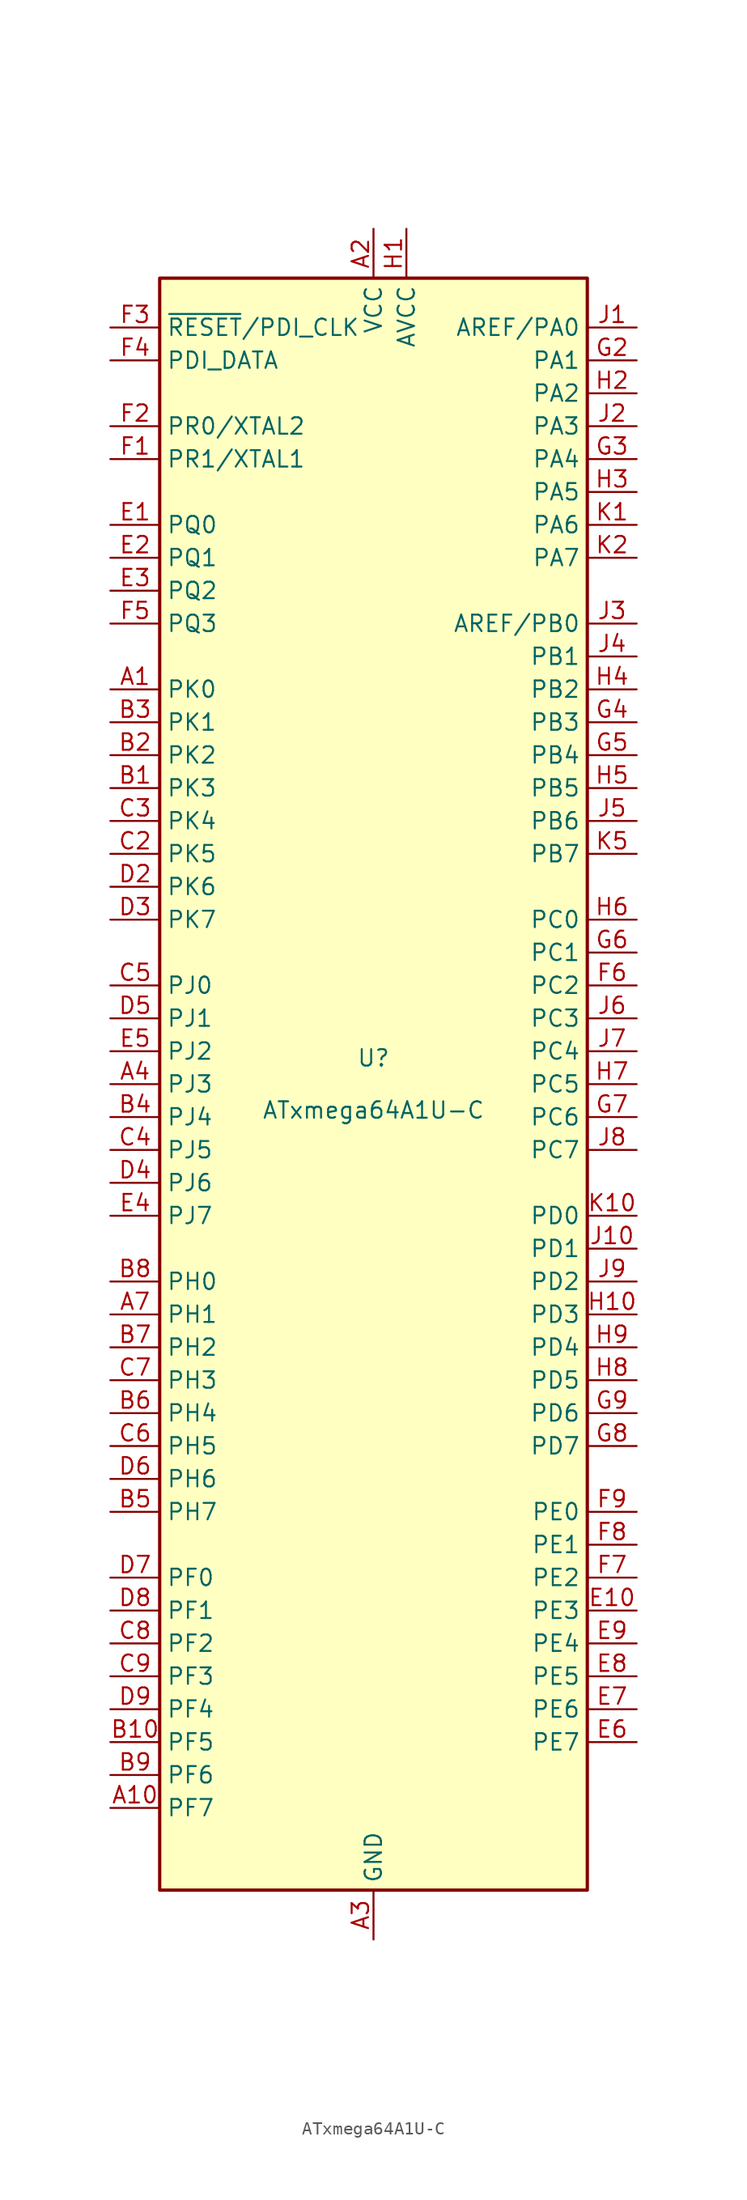
<source format=kicad_sym>
(kicad_symbol_lib
  (version 20211014)
  (generator kicad_symbol_editor)
  (symbol "ATxmega64A1U-C"
    (property "Reference" "U"
      (at 0 1.27 0)
      (effects (font (size 1.27 1.27)) (justify bottom)))
    (property "Value" "ATxmega64A1U-C"
      (at 0 -1.27 0)
      (effects (font (size 1.27 1.27)) (justify top)))
    (symbol "ATxmega64A1U-C_0_1"
      (rectangle (start -16.51 -62.23) (end 16.51 62.23) (stroke (width 0.254) (type default) (color 0 0 0 0)) (fill (type background))))
    (symbol "ATxmega64A1U-C_1_1"
      (pin bidirectional line (at -20.32 30.48 0) (length 3.81) (name "PK0" (effects (font (size 1.27 1.27)))) (number "A1" (effects (font (size 1.27 1.27)))))
      (pin bidirectional line (at -20.32 -55.88 0) (length 3.81) (name "PF7" (effects (font (size 1.27 1.27)))) (number "A10" (effects (font (size 1.27 1.27)))))
      (pin power_in line (at 0 66.04 270) (length 3.81) (name "VCC" (effects (font (size 1.27 1.27)))) (number "A2" (effects (font (size 1.27 1.27)))))
      (pin power_in line (at 0 -66.04 90) (length 3.81) (name "GND" (effects (font (size 1.27 1.27)))) (number "A3" (effects (font (size 1.27 1.27)))))
      (pin bidirectional line (at -20.32 0 0) (length 3.81) (name "PJ3" (effects (font (size 1.27 1.27)))) (number "A4" (effects (font (size 1.27 1.27)))))
      (pin passive line (at 0 66.04 270) (length 3.81) hide (name "VCC" (effects (font (size 1.27 1.27)))) (number "A5" (effects (font (size 1.27 1.27)))))
      (pin passive line (at 0 -66.04 90) (length 3.81) hide (name "GND" (effects (font (size 1.27 1.27)))) (number "A6" (effects (font (size 1.27 1.27)))))
      (pin bidirectional line (at -20.32 -17.78 0) (length 3.81) (name "PH1" (effects (font (size 1.27 1.27)))) (number "A7" (effects (font (size 1.27 1.27)))))
      (pin passive line (at 0 -66.04 90) (length 3.81) hide (name "GND" (effects (font (size 1.27 1.27)))) (number "A8" (effects (font (size 1.27 1.27)))))
      (pin passive line (at 0 66.04 270) (length 3.81) hide (name "VCC" (effects (font (size 1.27 1.27)))) (number "A9" (effects (font (size 1.27 1.27)))))
      (pin bidirectional line (at -20.32 22.86 0) (length 3.81) (name "PK3" (effects (font (size 1.27 1.27)))) (number "B1" (effects (font (size 1.27 1.27)))))
      (pin bidirectional line (at -20.32 -50.8 0) (length 3.81) (name "PF5" (effects (font (size 1.27 1.27)))) (number "B10" (effects (font (size 1.27 1.27)))))
      (pin bidirectional line (at -20.32 25.4 0) (length 3.81) (name "PK2" (effects (font (size 1.27 1.27)))) (number "B2" (effects (font (size 1.27 1.27)))))
      (pin bidirectional line (at -20.32 27.94 0) (length 3.81) (name "PK1" (effects (font (size 1.27 1.27)))) (number "B3" (effects (font (size 1.27 1.27)))))
      (pin bidirectional line (at -20.32 -2.54 0) (length 3.81) (name "PJ4" (effects (font (size 1.27 1.27)))) (number "B4" (effects (font (size 1.27 1.27)))))
      (pin bidirectional line (at -20.32 -33.02 0) (length 3.81) (name "PH7" (effects (font (size 1.27 1.27)))) (number "B5" (effects (font (size 1.27 1.27)))))
      (pin bidirectional line (at -20.32 -25.4 0) (length 3.81) (name "PH4" (effects (font (size 1.27 1.27)))) (number "B6" (effects (font (size 1.27 1.27)))))
      (pin bidirectional line (at -20.32 -20.32 0) (length 3.81) (name "PH2" (effects (font (size 1.27 1.27)))) (number "B7" (effects (font (size 1.27 1.27)))))
      (pin bidirectional line (at -20.32 -15.24 0) (length 3.81) (name "PH0" (effects (font (size 1.27 1.27)))) (number "B8" (effects (font (size 1.27 1.27)))))
      (pin bidirectional line (at -20.32 -53.34 0) (length 3.81) (name "PF6" (effects (font (size 1.27 1.27)))) (number "B9" (effects (font (size 1.27 1.27)))))
      (pin passive line (at 0 66.04 270) (length 3.81) hide (name "VCC" (effects (font (size 1.27 1.27)))) (number "C1" (effects (font (size 1.27 1.27)))))
      (pin passive line (at 0 66.04 270) (length 3.81) hide (name "VCC" (effects (font (size 1.27 1.27)))) (number "C10" (effects (font (size 1.27 1.27)))))
      (pin bidirectional line (at -20.32 17.78 0) (length 3.81) (name "PK5" (effects (font (size 1.27 1.27)))) (number "C2" (effects (font (size 1.27 1.27)))))
      (pin bidirectional line (at -20.32 20.32 0) (length 3.81) (name "PK4" (effects (font (size 1.27 1.27)))) (number "C3" (effects (font (size 1.27 1.27)))))
      (pin bidirectional line (at -20.32 -5.08 0) (length 3.81) (name "PJ5" (effects (font (size 1.27 1.27)))) (number "C4" (effects (font (size 1.27 1.27)))))
      (pin bidirectional line (at -20.32 7.62 0) (length 3.81) (name "PJ0" (effects (font (size 1.27 1.27)))) (number "C5" (effects (font (size 1.27 1.27)))))
      (pin bidirectional line (at -20.32 -27.94 0) (length 3.81) (name "PH5" (effects (font (size 1.27 1.27)))) (number "C6" (effects (font (size 1.27 1.27)))))
      (pin bidirectional line (at -20.32 -22.86 0) (length 3.81) (name "PH3" (effects (font (size 1.27 1.27)))) (number "C7" (effects (font (size 1.27 1.27)))))
      (pin bidirectional line (at -20.32 -43.18 0) (length 3.81) (name "PF2" (effects (font (size 1.27 1.27)))) (number "C8" (effects (font (size 1.27 1.27)))))
      (pin bidirectional line (at -20.32 -45.72 0) (length 3.81) (name "PF3" (effects (font (size 1.27 1.27)))) (number "C9" (effects (font (size 1.27 1.27)))))
      (pin passive line (at 0 -66.04 90) (length 3.81) hide (name "GND" (effects (font (size 1.27 1.27)))) (number "D1" (effects (font (size 1.27 1.27)))))
      (pin passive line (at 0 -66.04 90) (length 3.81) hide (name "GND" (effects (font (size 1.27 1.27)))) (number "D10" (effects (font (size 1.27 1.27)))))
      (pin bidirectional line (at -20.32 15.24 0) (length 3.81) (name "PK6" (effects (font (size 1.27 1.27)))) (number "D2" (effects (font (size 1.27 1.27)))))
      (pin bidirectional line (at -20.32 12.7 0) (length 3.81) (name "PK7" (effects (font (size 1.27 1.27)))) (number "D3" (effects (font (size 1.27 1.27)))))
      (pin bidirectional line (at -20.32 -7.62 0) (length 3.81) (name "PJ6" (effects (font (size 1.27 1.27)))) (number "D4" (effects (font (size 1.27 1.27)))))
      (pin bidirectional line (at -20.32 5.08 0) (length 3.81) (name "PJ1" (effects (font (size 1.27 1.27)))) (number "D5" (effects (font (size 1.27 1.27)))))
      (pin bidirectional line (at -20.32 -30.48 0) (length 3.81) (name "PH6" (effects (font (size 1.27 1.27)))) (number "D6" (effects (font (size 1.27 1.27)))))
      (pin bidirectional line (at -20.32 -38.1 0) (length 3.81) (name "PF0" (effects (font (size 1.27 1.27)))) (number "D7" (effects (font (size 1.27 1.27)))))
      (pin bidirectional line (at -20.32 -40.64 0) (length 3.81) (name "PF1" (effects (font (size 1.27 1.27)))) (number "D8" (effects (font (size 1.27 1.27)))))
      (pin bidirectional line (at -20.32 -48.26 0) (length 3.81) (name "PF4" (effects (font (size 1.27 1.27)))) (number "D9" (effects (font (size 1.27 1.27)))))
      (pin bidirectional line (at -20.32 43.18 0) (length 3.81) (name "PQ0" (effects (font (size 1.27 1.27)))) (number "E1" (effects (font (size 1.27 1.27)))))
      (pin bidirectional line (at 20.32 -40.64 180) (length 3.81) (name "PE3" (effects (font (size 1.27 1.27)))) (number "E10" (effects (font (size 1.27 1.27)))))
      (pin bidirectional line (at -20.32 40.64 0) (length 3.81) (name "PQ1" (effects (font (size 1.27 1.27)))) (number "E2" (effects (font (size 1.27 1.27)))))
      (pin bidirectional line (at -20.32 38.1 0) (length 3.81) (name "PQ2" (effects (font (size 1.27 1.27)))) (number "E3" (effects (font (size 1.27 1.27)))))
      (pin bidirectional line (at -20.32 -10.16 0) (length 3.81) (name "PJ7" (effects (font (size 1.27 1.27)))) (number "E4" (effects (font (size 1.27 1.27)))))
      (pin bidirectional line (at -20.32 2.54 0) (length 3.81) (name "PJ2" (effects (font (size 1.27 1.27)))) (number "E5" (effects (font (size 1.27 1.27)))))
      (pin bidirectional line (at 20.32 -50.8 180) (length 3.81) (name "PE7" (effects (font (size 1.27 1.27)))) (number "E6" (effects (font (size 1.27 1.27)))))
      (pin bidirectional line (at 20.32 -48.26 180) (length 3.81) (name "PE6" (effects (font (size 1.27 1.27)))) (number "E7" (effects (font (size 1.27 1.27)))))
      (pin bidirectional line (at 20.32 -45.72 180) (length 3.81) (name "PE5" (effects (font (size 1.27 1.27)))) (number "E8" (effects (font (size 1.27 1.27)))))
      (pin bidirectional line (at 20.32 -43.18 180) (length 3.81) (name "PE4" (effects (font (size 1.27 1.27)))) (number "E9" (effects (font (size 1.27 1.27)))))
      (pin bidirectional line (at -20.32 48.26 0) (length 3.81) (name "PR1/XTAL1" (effects (font (size 1.27 1.27)))) (number "F1" (effects (font (size 1.27 1.27)))))
      (pin passive line (at 0 66.04 270) (length 3.81) hide (name "VCC" (effects (font (size 1.27 1.27)))) (number "F10" (effects (font (size 1.27 1.27)))))
      (pin bidirectional line (at -20.32 50.8 0) (length 3.81) (name "PR0/XTAL2" (effects (font (size 1.27 1.27)))) (number "F2" (effects (font (size 1.27 1.27)))))
      (pin input line (at -20.32 58.42 0) (length 3.81) (name "~{RESET}/PDI_CLK" (effects (font (size 1.27 1.27)))) (number "F3" (effects (font (size 1.27 1.27)))))
      (pin bidirectional line (at -20.32 55.88 0) (length 3.81) (name "PDI_DATA" (effects (font (size 1.27 1.27)))) (number "F4" (effects (font (size 1.27 1.27)))))
      (pin bidirectional line (at -20.32 35.56 0) (length 3.81) (name "PQ3" (effects (font (size 1.27 1.27)))) (number "F5" (effects (font (size 1.27 1.27)))))
      (pin bidirectional line (at 20.32 7.62 180) (length 3.81) (name "PC2" (effects (font (size 1.27 1.27)))) (number "F6" (effects (font (size 1.27 1.27)))))
      (pin bidirectional line (at 20.32 -38.1 180) (length 3.81) (name "PE2" (effects (font (size 1.27 1.27)))) (number "F7" (effects (font (size 1.27 1.27)))))
      (pin bidirectional line (at 20.32 -35.56 180) (length 3.81) (name "PE1" (effects (font (size 1.27 1.27)))) (number "F8" (effects (font (size 1.27 1.27)))))
      (pin bidirectional line (at 20.32 -33.02 180) (length 3.81) (name "PE0" (effects (font (size 1.27 1.27)))) (number "F9" (effects (font (size 1.27 1.27)))))
      (pin passive line (at 0 -66.04 90) (length 3.81) hide (name "GND" (effects (font (size 1.27 1.27)))) (number "G1" (effects (font (size 1.27 1.27)))))
      (pin passive line (at 0 -66.04 90) (length 3.81) hide (name "GND" (effects (font (size 1.27 1.27)))) (number "G10" (effects (font (size 1.27 1.27)))))
      (pin bidirectional line (at 20.32 55.88 180) (length 3.81) (name "PA1" (effects (font (size 1.27 1.27)))) (number "G2" (effects (font (size 1.27 1.27)))))
      (pin bidirectional line (at 20.32 48.26 180) (length 3.81) (name "PA4" (effects (font (size 1.27 1.27)))) (number "G3" (effects (font (size 1.27 1.27)))))
      (pin bidirectional line (at 20.32 27.94 180) (length 3.81) (name "PB3" (effects (font (size 1.27 1.27)))) (number "G4" (effects (font (size 1.27 1.27)))))
      (pin bidirectional line (at 20.32 25.4 180) (length 3.81) (name "PB4" (effects (font (size 1.27 1.27)))) (number "G5" (effects (font (size 1.27 1.27)))))
      (pin bidirectional line (at 20.32 10.16 180) (length 3.81) (name "PC1" (effects (font (size 1.27 1.27)))) (number "G6" (effects (font (size 1.27 1.27)))))
      (pin bidirectional line (at 20.32 -2.54 180) (length 3.81) (name "PC6" (effects (font (size 1.27 1.27)))) (number "G7" (effects (font (size 1.27 1.27)))))
      (pin bidirectional line (at 20.32 -27.94 180) (length 3.81) (name "PD7" (effects (font (size 1.27 1.27)))) (number "G8" (effects (font (size 1.27 1.27)))))
      (pin bidirectional line (at 20.32 -25.4 180) (length 3.81) (name "PD6" (effects (font (size 1.27 1.27)))) (number "G9" (effects (font (size 1.27 1.27)))))
      (pin power_in line (at 2.54 66.04 270) (length 3.81) (name "AVCC" (effects (font (size 1.27 1.27)))) (number "H1" (effects (font (size 1.27 1.27)))))
      (pin bidirectional line (at 20.32 -17.78 180) (length 3.81) (name "PD3" (effects (font (size 1.27 1.27)))) (number "H10" (effects (font (size 1.27 1.27)))))
      (pin bidirectional line (at 20.32 53.34 180) (length 3.81) (name "PA2" (effects (font (size 1.27 1.27)))) (number "H2" (effects (font (size 1.27 1.27)))))
      (pin bidirectional line (at 20.32 45.72 180) (length 3.81) (name "PA5" (effects (font (size 1.27 1.27)))) (number "H3" (effects (font (size 1.27 1.27)))))
      (pin bidirectional line (at 20.32 30.48 180) (length 3.81) (name "PB2" (effects (font (size 1.27 1.27)))) (number "H4" (effects (font (size 1.27 1.27)))))
      (pin bidirectional line (at 20.32 22.86 180) (length 3.81) (name "PB5" (effects (font (size 1.27 1.27)))) (number "H5" (effects (font (size 1.27 1.27)))))
      (pin bidirectional line (at 20.32 12.7 180) (length 3.81) (name "PC0" (effects (font (size 1.27 1.27)))) (number "H6" (effects (font (size 1.27 1.27)))))
      (pin bidirectional line (at 20.32 0 180) (length 3.81) (name "PC5" (effects (font (size 1.27 1.27)))) (number "H7" (effects (font (size 1.27 1.27)))))
      (pin bidirectional line (at 20.32 -22.86 180) (length 3.81) (name "PD5" (effects (font (size 1.27 1.27)))) (number "H8" (effects (font (size 1.27 1.27)))))
      (pin bidirectional line (at 20.32 -20.32 180) (length 3.81) (name "PD4" (effects (font (size 1.27 1.27)))) (number "H9" (effects (font (size 1.27 1.27)))))
      (pin bidirectional line (at 20.32 58.42 180) (length 3.81) (name "AREF/PA0" (effects (font (size 1.27 1.27)))) (number "J1" (effects (font (size 1.27 1.27)))))
      (pin bidirectional line (at 20.32 -12.7 180) (length 3.81) (name "PD1" (effects (font (size 1.27 1.27)))) (number "J10" (effects (font (size 1.27 1.27)))))
      (pin bidirectional line (at 20.32 50.8 180) (length 3.81) (name "PA3" (effects (font (size 1.27 1.27)))) (number "J2" (effects (font (size 1.27 1.27)))))
      (pin bidirectional line (at 20.32 35.56 180) (length 3.81) (name "AREF/PB0" (effects (font (size 1.27 1.27)))) (number "J3" (effects (font (size 1.27 1.27)))))
      (pin bidirectional line (at 20.32 33.02 180) (length 3.81) (name "PB1" (effects (font (size 1.27 1.27)))) (number "J4" (effects (font (size 1.27 1.27)))))
      (pin bidirectional line (at 20.32 20.32 180) (length 3.81) (name "PB6" (effects (font (size 1.27 1.27)))) (number "J5" (effects (font (size 1.27 1.27)))))
      (pin bidirectional line (at 20.32 5.08 180) (length 3.81) (name "PC3" (effects (font (size 1.27 1.27)))) (number "J6" (effects (font (size 1.27 1.27)))))
      (pin bidirectional line (at 20.32 2.54 180) (length 3.81) (name "PC4" (effects (font (size 1.27 1.27)))) (number "J7" (effects (font (size 1.27 1.27)))))
      (pin bidirectional line (at 20.32 -5.08 180) (length 3.81) (name "PC7" (effects (font (size 1.27 1.27)))) (number "J8" (effects (font (size 1.27 1.27)))))
      (pin bidirectional line (at 20.32 -15.24 180) (length 3.81) (name "PD2" (effects (font (size 1.27 1.27)))) (number "J9" (effects (font (size 1.27 1.27)))))
      (pin bidirectional line (at 20.32 43.18 180) (length 3.81) (name "PA6" (effects (font (size 1.27 1.27)))) (number "K1" (effects (font (size 1.27 1.27)))))
      (pin bidirectional line (at 20.32 -10.16 180) (length 3.81) (name "PD0" (effects (font (size 1.27 1.27)))) (number "K10" (effects (font (size 1.27 1.27)))))
      (pin bidirectional line (at 20.32 40.64 180) (length 3.81) (name "PA7" (effects (font (size 1.27 1.27)))) (number "K2" (effects (font (size 1.27 1.27)))))
      (pin passive line (at 0 -66.04 90) (length 3.81) hide (name "GND" (effects (font (size 1.27 1.27)))) (number "K3" (effects (font (size 1.27 1.27)))))
      (pin passive line (at 2.54 66.04 270) (length 3.81) hide (name "AVCC" (effects (font (size 1.27 1.27)))) (number "K4" (effects (font (size 1.27 1.27)))))
      (pin bidirectional line (at 20.32 17.78 180) (length 3.81) (name "PB7" (effects (font (size 1.27 1.27)))) (number "K5" (effects (font (size 1.27 1.27)))))
      (pin passive line (at 0 66.04 270) (length 3.81) hide (name "VCC" (effects (font (size 1.27 1.27)))) (number "K6" (effects (font (size 1.27 1.27)))))
      (pin passive line (at 0 -66.04 90) (length 3.81) hide (name "GND" (effects (font (size 1.27 1.27)))) (number "K7" (effects (font (size 1.27 1.27)))))
      (pin passive line (at 0 66.04 270) (length 3.81) hide (name "VCC" (effects (font (size 1.27 1.27)))) (number "K8" (effects (font (size 1.27 1.27)))))
      (pin passive line (at 0 -66.04 90) (length 3.81) hide (name "GND" (effects (font (size 1.27 1.27)))) (number "K9" (effects (font (size 1.27 1.27))))))))
</source>
